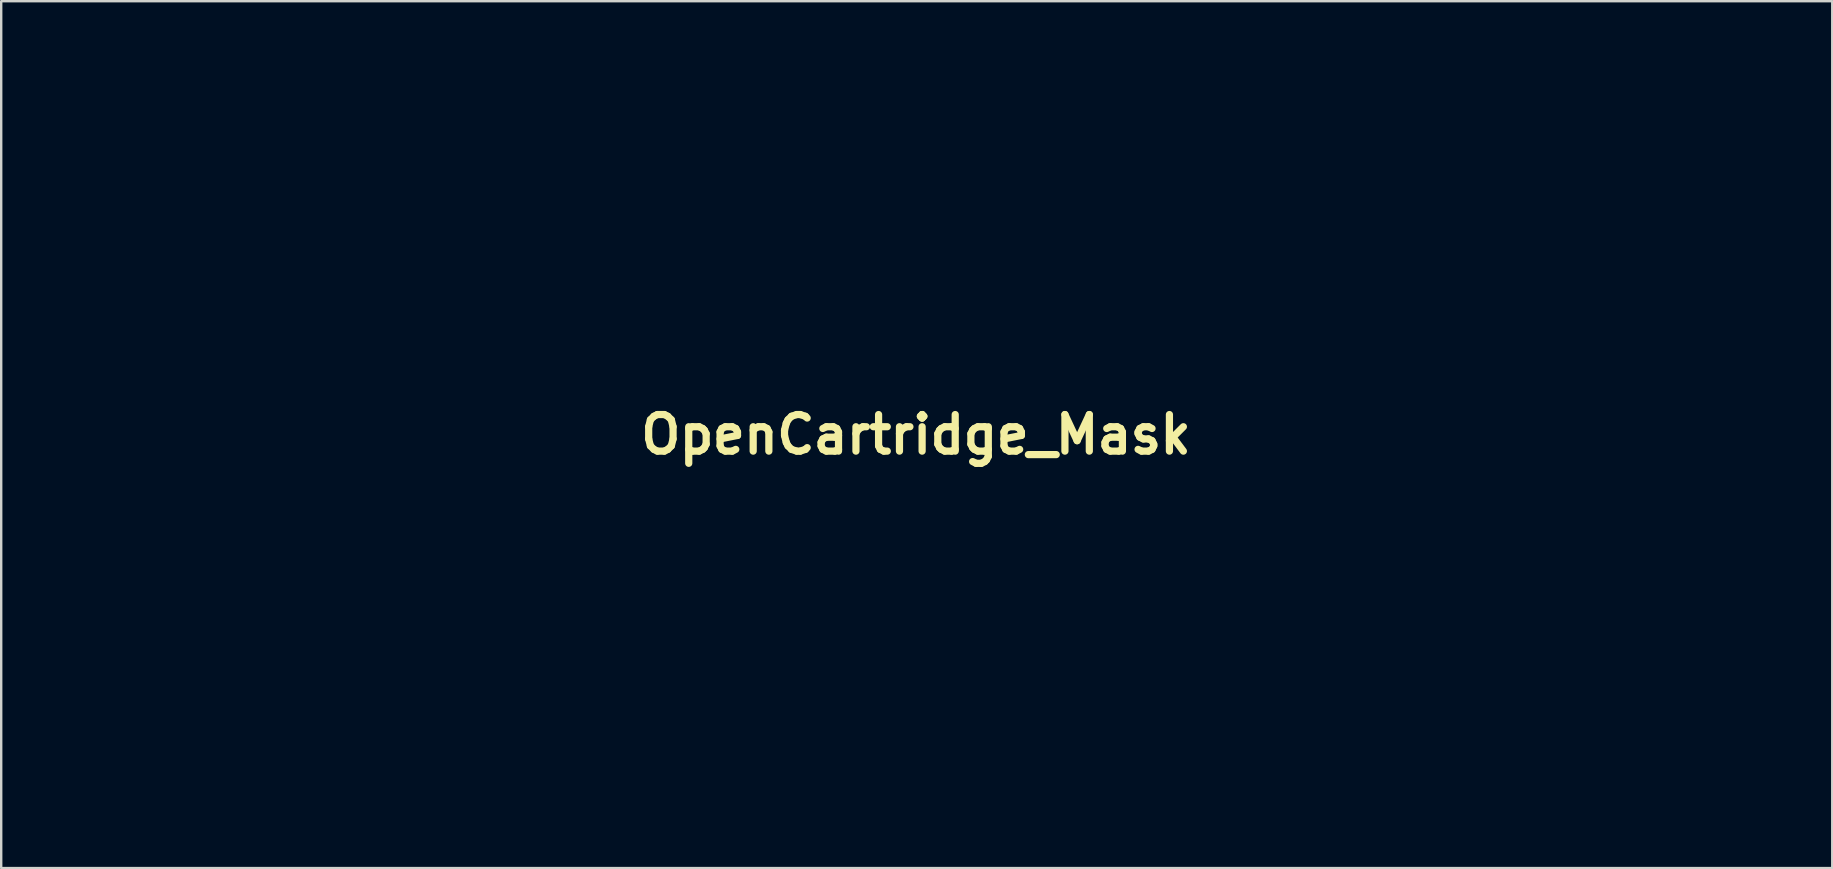
<source format=kicad_pcb>
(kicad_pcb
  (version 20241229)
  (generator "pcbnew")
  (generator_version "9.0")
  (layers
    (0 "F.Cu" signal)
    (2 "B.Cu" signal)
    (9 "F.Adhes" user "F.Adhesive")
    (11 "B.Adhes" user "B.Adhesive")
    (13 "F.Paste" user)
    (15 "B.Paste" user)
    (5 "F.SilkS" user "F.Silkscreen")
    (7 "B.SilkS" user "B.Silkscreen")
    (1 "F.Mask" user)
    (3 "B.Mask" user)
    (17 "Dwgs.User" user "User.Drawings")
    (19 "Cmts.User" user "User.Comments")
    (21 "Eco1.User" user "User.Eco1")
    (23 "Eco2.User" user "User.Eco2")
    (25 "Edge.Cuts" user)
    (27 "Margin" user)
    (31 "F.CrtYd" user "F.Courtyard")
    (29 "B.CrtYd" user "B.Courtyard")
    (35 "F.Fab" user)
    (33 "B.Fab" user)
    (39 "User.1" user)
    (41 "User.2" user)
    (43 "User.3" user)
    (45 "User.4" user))
  (footprint "OpenCartridge_Mask"
    (layer "F.Cu")
    (at 35.119 15.058)
    (property "Reference" "OpenCartridge_Mask" (at 0 0 0) (layer "F.SilkS") (effects (font (size 1.524 1.524) (thickness 0.3))))
    (attr through_hole)
    (fp_poly (pts (xy 17.627 -15.053) (xy 18.796 -15.053) (xy 19.923 -15.053) (xy 21.008 -15.052) (xy 22.047 -15.052) (xy 23.036 -15.051) (xy 23.975 -15.05) (xy 24.859 -15.05) (xy 25.687 -15.049) (xy 26.454 -15.048) (xy 27.16 -15.047) (xy 27.8 -15.045) (xy 28.373 -15.044) (xy 28.875 -15.042) (xy 29.304 -15.041) (xy 29.656 -15.039) (xy 29.722 -15.039) (xy 34.657 -15.007) (xy 34.827 -14.889) (xy 34.942 -14.794) (xy 35.032 -14.692) (xy 35.053 -14.656) (xy 35.065 -14.61) (xy 35.076 -14.518) (xy 35.086 -14.378) (xy 35.095 -14.189) (xy 35.104 -13.948) (xy 35.112 -13.654) (xy 35.12 -13.305) (xy 35.127 -12.899) (xy 35.133 -12.435) (xy 35.139 -11.91) (xy 35.144 -11.323) (xy 35.149 -10.672) (xy 35.153 -9.955) (xy 35.157 -9.17) (xy 35.16 -8.316) (xy 35.163 -7.39) (xy 35.166 -6.391) (xy 35.168 -5.317) (xy 35.169 -4.167) (xy 35.17 -2.937) (xy 35.171 -1.627) (xy 35.171 -0.235) (xy 35.172 0.169) (xy 35.171 1.567) (xy 35.171 2.882) (xy 35.17 4.116) (xy 35.169 5.272) (xy 35.167 6.349) (xy 35.165 7.352) (xy 35.162 8.281) (xy 35.159 9.138) (xy 35.155 9.925) (xy 35.151 10.645) (xy 35.146 11.298) (xy 35.14 11.888) (xy 35.135 12.414) (xy 35.128 12.881) (xy 35.121 13.288) (xy 35.113 13.639) (xy 35.105 13.935) (xy 35.096 14.178) (xy 35.086 14.369) (xy 35.076 14.512) (xy 35.065 14.606) (xy 35.053 14.655) (xy 35.053 14.656) (xy 34.984 14.75) (xy 34.876 14.853) (xy 34.827 14.889) (xy 34.657 15.007) (xy 26.525 15.035) (xy 25.814 15.037) (xy 25.021 15.039) (xy 24.151 15.041) (xy 23.209 15.043) (xy 22.198 15.045) (xy 21.122 15.046) (xy 19.985 15.048) (xy 18.791 15.049) (xy 17.544 15.05) (xy 16.248 15.052) (xy 14.907 15.053) (xy 13.524 15.054) (xy 12.105 15.054) (xy 10.652 15.055) (xy 9.169 15.056) (xy 7.661 15.056) (xy 6.132 15.056) (xy 4.585 15.057) (xy 3.025 15.057) (xy 1.455 15.057) (xy -0.12 15.057) (xy -1.698 15.057) (xy -3.273 15.056) (xy -4.842 15.056) (xy -6.4 15.055) (xy -7.945 15.055) (xy -9.471 15.054) (xy -10.976 15.053) (xy -12.454 15.052) (xy -13.903 15.051) (xy -15.317 15.05) (xy -16.694 15.049) (xy -18.029 15.047) (xy -19.319 15.046) (xy -20.559 15.044) (xy -21.745 15.042) (xy -22.873 15.041) (xy -23.94 15.039) (xy -24.942 15.037) (xy -25.874 15.035) (xy -26.733 15.032) (xy -27.514 15.03) (xy -27.517 15.03) (xy -28.425 15.027) (xy -29.252 15.024) (xy -30.002 15.021) (xy -30.679 15.019) (xy -31.286 15.016) (xy -31.828 15.013) (xy -32.309 15.011) (xy -32.731 15.008) (xy -33.1 15.004) (xy -33.418 15.001) (xy -33.69 14.997) (xy -33.919 14.993) (xy -34.11 14.989) (xy -34.266 14.984) (xy -34.391 14.978) (xy -34.488 14.972) (xy -34.563 14.965) (xy -34.618 14.958) (xy -34.657 14.95) (xy -34.684 14.941) (xy -34.698 14.935) (xy -34.832 14.85) (xy -34.929 14.756) (xy -34.995 14.636) (xy -35.039 14.474) (xy -35.068 14.252) (xy -35.079 14.109) (xy -35.082 14.028) (xy -35.085 13.865) (xy -35.088 13.624) (xy -35.09 13.308) (xy -35.093 12.921) (xy -35.095 12.466) (xy -35.098 11.946) (xy -35.1 11.365) (xy -35.102 10.727) (xy -35.104 10.033) (xy -35.106 9.288) (xy -35.107 8.495) (xy -35.109 7.658) (xy -35.11 6.779) (xy -35.111 5.863) (xy -35.112 4.912) (xy -35.113 3.929) (xy -35.114 2.919) (xy -35.114 1.884) (xy -35.114 0.827) (xy -35.114 0.148) (xy -35.114 -1.169) (xy -35.114 -2.405) (xy -35.114 -3.561) (xy -35.113 -4.641) (xy -35.113 -5.647) (xy -35.112 -6.582) (xy -35.111 -7.448) (xy -35.109 -8.249) (xy -35.108 -8.987) (xy -35.106 -9.664) (xy -35.104 -10.284) (xy -35.101 -10.849) (xy -35.098 -11.362) (xy -35.095 -11.825) (xy -35.091 -12.242) (xy -35.087 -12.614) (xy -35.082 -12.945) (xy -35.08 -13.069) (xy -33.782 -13.069) (xy -33.782 -0.119) (xy -33.782 1.222) (xy -33.782 2.48) (xy -33.781 3.657) (xy -33.78 4.755) (xy -33.78 5.775) (xy -33.779 6.72) (xy -33.777 7.591) (xy -33.776 8.389) (xy -33.774 9.117) (xy -33.772 9.777) (xy -33.77 10.37) (xy -33.767 10.898) (xy -33.764 11.363) (xy -33.761 11.767) (xy -33.758 12.111) (xy -33.754 12.398) (xy -33.75 12.628) (xy -33.746 12.804) (xy -33.742 12.928) (xy -33.737 13.002) (xy -33.734 13.022) (xy -33.655 13.208) (xy -33.517 13.399) (xy -33.506 13.411) (xy -33.413 13.511) (xy -33.339 13.571) (xy -33.257 13.605) (xy -33.139 13.623) (xy -32.993 13.635) (xy -32.928 13.637) (xy -32.782 13.638) (xy -32.555 13.64) (xy -32.252 13.641) (xy -31.874 13.643) (xy -31.425 13.644) (xy -30.906 13.646) (xy -30.321 13.647) (xy -29.671 13.648) (xy -28.96 13.649) (xy -28.19 13.65) (xy -27.363 13.652) (xy -26.483 13.653) (xy -25.551 13.654) (xy -24.571 13.655) (xy -23.545 13.655) (xy -22.475 13.656) (xy -21.364 13.657) (xy -20.215 13.658) (xy -19.029 13.658) (xy -17.811 13.659) (xy -16.562 13.66) (xy -15.284 13.66) (xy -13.982 13.661) (xy -12.656 13.661) (xy -11.309 13.661) (xy -9.945 13.662) (xy -8.566 13.662) (xy -7.173 13.662) (xy -5.771 13.662) (xy -4.361 13.662) (xy -2.946 13.662) (xy -1.529 13.662) (xy -0.112 13.662) (xy 1.303 13.662) (xy 2.712 13.662) (xy 4.114 13.662) (xy 5.505 13.662) (xy 6.883 13.661) (xy 8.246 13.661) (xy 9.59 13.66) (xy 10.914 13.66) (xy 12.214 13.659) (xy 13.489 13.659) (xy 14.735 13.658) (xy 15.951 13.658) (xy 17.133 13.657) (xy 18.278 13.656) (xy 19.385 13.655) (xy 20.451 13.654) (xy 21.473 13.653) (xy 22.449 13.652) (xy 23.376 13.651) (xy 24.251 13.65) (xy 25.072 13.649) (xy 25.836 13.647) (xy 26.542 13.646) (xy 27.185 13.645) (xy 27.764 13.643) (xy 28.276 13.642) (xy 28.719 13.64) (xy 29.09 13.639) (xy 29.385 13.637) (xy 29.527 13.636) (xy 30.181 13.631) (xy 30.756 13.626) (xy 31.256 13.621) (xy 31.688 13.617) (xy 32.057 13.612) (xy 32.368 13.607) (xy 32.626 13.602) (xy 32.838 13.596) (xy 33.007 13.59) (xy 33.14 13.583) (xy 33.243 13.575) (xy 33.319 13.566) (xy 33.376 13.556) (xy 33.417 13.544) (xy 33.449 13.531) (xy 33.451 13.531) (xy 33.532 13.484) (xy 33.594 13.423) (xy 33.64 13.337) (xy 33.675 13.212) (xy 33.702 13.037) (xy 33.724 12.8) (xy 33.742 12.552) (xy 33.746 12.446) (xy 33.749 12.26) (xy 33.753 11.997) (xy 33.757 11.663) (xy 33.76 11.261) (xy 33.763 10.795) (xy 33.766 10.271) (xy 33.768 9.691) (xy 33.771 9.06) (xy 33.773 8.383) (xy 33.775 7.664) (xy 33.776 6.906) (xy 33.778 6.115) (xy 33.779 5.294) (xy 33.781 4.448) (xy 33.781 3.58) (xy 33.782 2.696) (xy 33.783 1.799) (xy 33.783 0.894) (xy 33.783 -0.015) (xy 33.783 -0.925) (xy 33.783 -1.83) (xy 33.782 -2.726) (xy 33.781 -3.61) (xy 33.781 -4.477) (xy 33.779 -5.322) (xy 33.778 -6.142) (xy 33.776 -6.932) (xy 33.775 -7.689) (xy 33.773 -8.407) (xy 33.771 -9.082) (xy 33.768 -9.711) (xy 33.766 -10.289) (xy 33.763 -10.812) (xy 33.76 -11.276) (xy 33.756 -11.676) (xy 33.753 -12.008) (xy 33.749 -12.267) (xy 33.746 -12.451) (xy 33.742 -12.552) (xy 33.724 -12.787) (xy 33.703 -13.003) (xy 33.68 -13.18) (xy 33.659 -13.299) (xy 33.652 -13.326) (xy 33.632 -13.383) (xy 33.609 -13.431) (xy 33.578 -13.472) (xy 33.532 -13.506) (xy 33.465 -13.534) (xy 33.369 -13.557) (xy 33.239 -13.575) (xy 33.067 -13.589) (xy 32.848 -13.601) (xy 32.575 -13.61) (xy 32.242 -13.617) (xy 31.841 -13.624) (xy 31.366 -13.631) (xy 30.988 -13.636) (xy 30.802 -13.638) (xy 30.536 -13.64) (xy 30.195 -13.642) (xy 29.779 -13.644) (xy 29.293 -13.645) (xy 28.738 -13.647) (xy 28.117 -13.649) (xy 27.433 -13.651) (xy 26.688 -13.652) (xy 25.885 -13.654) (xy 25.027 -13.655) (xy 24.115 -13.657) (xy 23.152 -13.658) (xy 22.142 -13.66) (xy 21.087 -13.661) (xy 19.989 -13.662) (xy 18.85 -13.663) (xy 17.674 -13.665) (xy 16.463 -13.666) (xy 15.22 -13.667) (xy 13.946 -13.668) (xy 12.646 -13.669) (xy 11.321 -13.67) (xy 9.973 -13.671) (xy 8.606 -13.672) (xy 7.222 -13.672) (xy 5.824 -13.673) (xy 4.414 -13.674) (xy 2.995 -13.674) (xy 1.569 -13.675) (xy 0.138 -13.675) (xy -1.293 -13.676) (xy -2.724 -13.676) (xy -4.151 -13.676) (xy -5.571 -13.676) (xy -6.983 -13.677) (xy -8.384 -13.677) (xy -9.77 -13.677) (xy -11.14 -13.677) (xy -12.491 -13.677) (xy -13.82 -13.676) (xy -15.125 -13.676) (xy -16.403 -13.676) (xy -17.652 -13.676) (xy -18.869 -13.675) (xy -20.051 -13.675) (xy -21.196 -13.674) (xy -22.301 -13.673) (xy -23.364 -13.673) (xy -24.382 -13.672) (xy -25.352 -13.671) (xy -26.273 -13.67) (xy -27.141 -13.669) (xy -27.953 -13.668) (xy -28.708 -13.667) (xy -29.403 -13.666) (xy -30.035 -13.664) (xy -30.601 -13.663) (xy -31.099 -13.661) (xy -31.526 -13.66) (xy -31.881 -13.658) (xy -32.159 -13.657) (xy -32.359 -13.655) (xy -32.478 -13.653) (xy -32.504 -13.652) (xy -32.764 -13.639) (xy -32.954 -13.626) (xy -33.09 -13.612) (xy -33.187 -13.593) (xy -33.26 -13.566) (xy -33.325 -13.53) (xy -33.358 -13.509) (xy -33.49 -13.403) (xy -33.619 -13.273) (xy -33.652 -13.234) (xy -33.782 -13.069) (xy -35.08 -13.069) (xy -35.077 -13.238) (xy -35.072 -13.495) (xy -35.065 -13.718) (xy -35.058 -13.911) (xy -35.051 -14.076) (xy -35.043 -14.216) (xy -35.034 -14.334) (xy -35.024 -14.432) (xy -35.014 -14.513) (xy -35.003 -14.58) (xy -34.991 -14.635) (xy -34.979 -14.682) (xy -34.967 -14.716) (xy -34.947 -14.77) (xy -34.921 -14.815) (xy -34.883 -14.852) (xy -34.826 -14.883) (xy -34.743 -14.907) (xy -34.625 -14.927) (xy -34.467 -14.942) (xy -34.26 -14.954) (xy -33.998 -14.964) (xy -33.673 -14.972) (xy -33.279 -14.98) (xy -32.807 -14.988) (xy -32.787 -14.988) (xy -32.611 -14.991) (xy -32.353 -14.993) (xy -32.016 -14.995) (xy -31.603 -14.997) (xy -31.115 -14.999) (xy -30.557 -15.002) (xy -29.93 -15.004) (xy -29.238 -15.006) (xy -28.482 -15.008) (xy -27.667 -15.01) (xy -26.794 -15.012) (xy -25.866 -15.014) (xy -24.887 -15.016) (xy -23.858 -15.018) (xy -22.782 -15.02) (xy -21.663 -15.022) (xy -20.503 -15.024) (xy -19.304 -15.026) (xy -18.069 -15.028) (xy -16.802 -15.03) (xy -15.504 -15.031) (xy -14.179 -15.033) (xy -12.829 -15.035) (xy -11.457 -15.036) (xy -10.066 -15.038) (xy -8.658 -15.039) (xy -7.236 -15.041) (xy -5.803 -15.042) (xy -4.362 -15.043) (xy -2.915 -15.044) (xy -1.465 -15.045) (xy -0.015 -15.047) (xy 1.433 -15.048) (xy 2.876 -15.048) (xy 4.311 -15.049) (xy 5.735 -15.05) (xy 7.146 -15.051) (xy 8.541 -15.051) (xy 9.917 -15.052) (xy 11.272 -15.052) (xy 12.602 -15.053) (xy 13.906 -15.053) (xy 15.179 -15.053) (xy 16.421 -15.053) (xy 17.627 -15.053)) (stroke (width 0.01) (type solid)) (fill yes) (layer "F.Mask")))
  (gr_rect
    (start -3 -3)
    (end 73.296 33.12)
    (stroke (width 0.1) (type default))
    (fill no)
    (layer "Edge.Cuts")))
</source>
